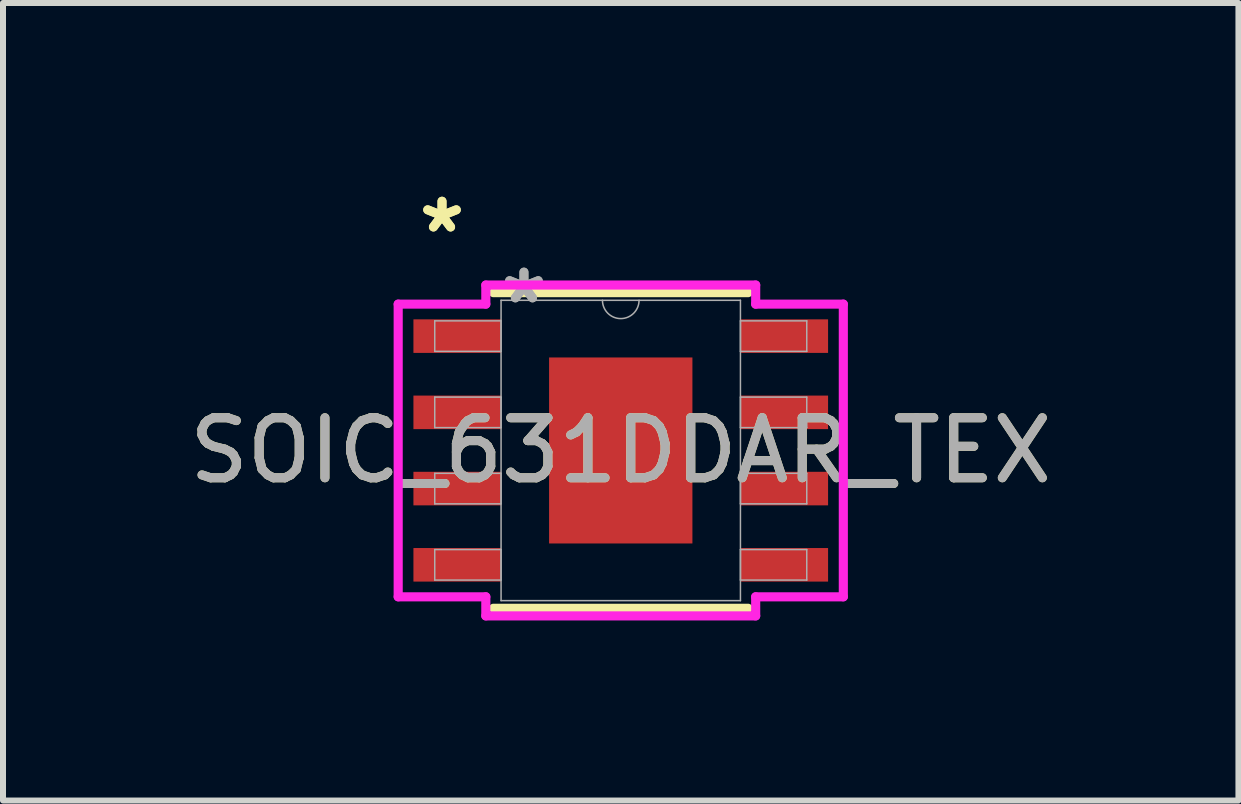
<source format=kicad_pcb>
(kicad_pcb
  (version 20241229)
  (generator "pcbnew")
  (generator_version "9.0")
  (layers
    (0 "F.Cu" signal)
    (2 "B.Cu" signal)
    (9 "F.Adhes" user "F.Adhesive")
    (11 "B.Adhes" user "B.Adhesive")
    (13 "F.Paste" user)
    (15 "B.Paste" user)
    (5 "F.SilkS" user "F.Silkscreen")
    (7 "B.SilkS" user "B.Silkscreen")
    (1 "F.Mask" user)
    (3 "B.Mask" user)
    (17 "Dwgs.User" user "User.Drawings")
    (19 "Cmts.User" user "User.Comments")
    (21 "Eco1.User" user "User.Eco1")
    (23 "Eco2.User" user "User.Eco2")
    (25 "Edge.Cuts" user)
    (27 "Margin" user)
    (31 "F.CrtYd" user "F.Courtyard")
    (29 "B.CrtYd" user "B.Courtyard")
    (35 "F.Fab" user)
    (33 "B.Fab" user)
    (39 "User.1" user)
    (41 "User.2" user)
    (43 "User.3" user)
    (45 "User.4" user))
  (footprint "SOIC_631DDAR_TEX"
    (layer "F.Cu")
    (at 7.292 4.455)
    (property "Reference" "SOIC_631DDAR_TEX" (at 0 0 0) (unlocked yes) (layer "F.SilkS") (effects (font (size 1 1) (thickness 0.15))))
    (attr smd)
    (fp_line (start -2.121 2.629) (end 2.121 2.629) (stroke (width 0.152) (type solid)) (layer "F.SilkS"))
    (fp_line (start 2.121 -2.629) (end -2.121 -2.629) (stroke (width 0.152) (type solid)) (layer "F.SilkS"))
    (fp_poly (pts (xy -1.094 -1.449) (xy -1.094 -0.1) (xy 1.094 -0.1) (xy 1.094 -1.449)) (stroke (width 0) (type solid)) (fill yes) (layer "F.Paste"))
    (fp_poly (pts (xy -1.094 0.1) (xy -1.094 1.449) (xy 1.094 1.449) (xy 1.094 0.1)) (stroke (width 0) (type solid)) (fill yes) (layer "F.Paste"))
    (fp_line (start -3.708 -2.438) (end -2.248 -2.438) (stroke (width 0.152) (type solid)) (layer "F.CrtYd"))
    (fp_line (start -3.708 2.438) (end -3.708 -2.438) (stroke (width 0.152) (type solid)) (layer "F.CrtYd"))
    (fp_line (start -3.708 2.438) (end -2.248 2.438) (stroke (width 0.152) (type solid)) (layer "F.CrtYd"))
    (fp_line (start -2.248 -2.756) (end 2.248 -2.756) (stroke (width 0.152) (type solid)) (layer "F.CrtYd"))
    (fp_line (start -2.248 -2.438) (end -2.248 -2.756) (stroke (width 0.152) (type solid)) (layer "F.CrtYd"))
    (fp_line (start -2.248 2.756) (end -2.248 2.438) (stroke (width 0.152) (type solid)) (layer "F.CrtYd"))
    (fp_line (start 2.248 -2.756) (end 2.248 -2.438) (stroke (width 0.152) (type solid)) (layer "F.CrtYd"))
    (fp_line (start 2.248 2.438) (end 2.248 2.756) (stroke (width 0.152) (type solid)) (layer "F.CrtYd"))
    (fp_line (start 2.248 2.756) (end -2.248 2.756) (stroke (width 0.152) (type solid)) (layer "F.CrtYd"))
    (fp_line (start 3.708 -2.438) (end 2.248 -2.438) (stroke (width 0.152) (type solid)) (layer "F.CrtYd"))
    (fp_line (start 3.708 -2.438) (end 3.708 2.438) (stroke (width 0.152) (type solid)) (layer "F.CrtYd"))
    (fp_line (start 3.708 2.438) (end 2.248 2.438) (stroke (width 0.152) (type solid)) (layer "F.CrtYd"))
    (fp_line (start -3.099 -2.159) (end -3.099 -1.651) (stroke (width 0.025) (type solid)) (layer "F.Fab"))
    (fp_line (start -3.099 -1.651) (end -1.994 -1.651) (stroke (width 0.025) (type solid)) (layer "F.Fab"))
    (fp_line (start -3.099 -0.889) (end -3.099 -0.381) (stroke (width 0.025) (type solid)) (layer "F.Fab"))
    (fp_line (start -3.099 -0.381) (end -1.994 -0.381) (stroke (width 0.025) (type solid)) (layer "F.Fab"))
    (fp_line (start -3.099 0.381) (end -3.099 0.889) (stroke (width 0.025) (type solid)) (layer "F.Fab"))
    (fp_line (start -3.099 0.889) (end -1.994 0.889) (stroke (width 0.025) (type solid)) (layer "F.Fab"))
    (fp_line (start -3.099 1.651) (end -3.099 2.159) (stroke (width 0.025) (type solid)) (layer "F.Fab"))
    (fp_line (start -3.099 2.159) (end -1.994 2.159) (stroke (width 0.025) (type solid)) (layer "F.Fab"))
    (fp_line (start -1.994 -2.502) (end -1.994 2.502) (stroke (width 0.025) (type solid)) (layer "F.Fab"))
    (fp_line (start -1.994 -2.159) (end -3.099 -2.159) (stroke (width 0.025) (type solid)) (layer "F.Fab"))
    (fp_line (start -1.994 -1.651) (end -1.994 -2.159) (stroke (width 0.025) (type solid)) (layer "F.Fab"))
    (fp_line (start -1.994 -0.889) (end -3.099 -0.889) (stroke (width 0.025) (type solid)) (layer "F.Fab"))
    (fp_line (start -1.994 -0.381) (end -1.994 -0.889) (stroke (width 0.025) (type solid)) (layer "F.Fab"))
    (fp_line (start -1.994 0.381) (end -3.099 0.381) (stroke (width 0.025) (type solid)) (layer "F.Fab"))
    (fp_line (start -1.994 0.889) (end -1.994 0.381) (stroke (width 0.025) (type solid)) (layer "F.Fab"))
    (fp_line (start -1.994 1.651) (end -3.099 1.651) (stroke (width 0.025) (type solid)) (layer "F.Fab"))
    (fp_line (start -1.994 2.159) (end -1.994 1.651) (stroke (width 0.025) (type solid)) (layer "F.Fab"))
    (fp_line (start -1.994 2.502) (end 1.994 2.502) (stroke (width 0.025) (type solid)) (layer "F.Fab"))
    (fp_line (start 1.994 -2.502) (end -1.994 -2.502) (stroke (width 0.025) (type solid)) (layer "F.Fab"))
    (fp_line (start 1.994 -2.159) (end 1.994 -1.651) (stroke (width 0.025) (type solid)) (layer "F.Fab"))
    (fp_line (start 1.994 -1.651) (end 3.099 -1.651) (stroke (width 0.025) (type solid)) (layer "F.Fab"))
    (fp_line (start 1.994 -0.889) (end 1.994 -0.381) (stroke (width 0.025) (type solid)) (layer "F.Fab"))
    (fp_line (start 1.994 -0.381) (end 3.099 -0.381) (stroke (width 0.025) (type solid)) (layer "F.Fab"))
    (fp_line (start 1.994 0.381) (end 1.994 0.889) (stroke (width 0.025) (type solid)) (layer "F.Fab"))
    (fp_line (start 1.994 0.889) (end 3.099 0.889) (stroke (width 0.025) (type solid)) (layer "F.Fab"))
    (fp_line (start 1.994 1.651) (end 1.994 2.159) (stroke (width 0.025) (type solid)) (layer "F.Fab"))
    (fp_line (start 1.994 2.159) (end 3.099 2.159) (stroke (width 0.025) (type solid)) (layer "F.Fab"))
    (fp_line (start 1.994 2.502) (end 1.994 -2.502) (stroke (width 0.025) (type solid)) (layer "F.Fab"))
    (fp_line (start 3.099 -2.159) (end 1.994 -2.159) (stroke (width 0.025) (type solid)) (layer "F.Fab"))
    (fp_line (start 3.099 -1.651) (end 3.099 -2.159) (stroke (width 0.025) (type solid)) (layer "F.Fab"))
    (fp_line (start 3.099 -0.889) (end 1.994 -0.889) (stroke (width 0.025) (type solid)) (layer "F.Fab"))
    (fp_line (start 3.099 -0.381) (end 3.099 -0.889) (stroke (width 0.025) (type solid)) (layer "F.Fab"))
    (fp_line (start 3.099 0.381) (end 1.994 0.381) (stroke (width 0.025) (type solid)) (layer "F.Fab"))
    (fp_line (start 3.099 0.889) (end 3.099 0.381) (stroke (width 0.025) (type solid)) (layer "F.Fab"))
    (fp_line (start 3.099 1.651) (end 1.994 1.651) (stroke (width 0.025) (type solid)) (layer "F.Fab"))
    (fp_line (start 3.099 2.159) (end 3.099 1.651) (stroke (width 0.025) (type solid)) (layer "F.Fab"))
    (fp_arc (start 0.3048 -2.5019) (mid 0 -2.1971) (end -0.3048 -2.5019) (stroke (width 0.0254) (type solid)) (layer "F.Fab"))
    (fp_text user "*" (at -2.978 -3.607 0) (unlocked yes) (layer "F.SilkS") (effects (font (size 1 1) (thickness 0.15))))
    (fp_text user "*" (at -2.978 -3.607 0) (layer "F.SilkS") (effects (font (size 1 1) (thickness 0.15))))
    (fp_text user "*" (at -1.613 -2.426 0) (layer "F.Fab") (effects (font (size 1 1) (thickness 0.15))))
    (fp_text user "${REFERENCE}" (at 0 0 0) (unlocked yes) (layer "F.Fab") (effects (font (size 1 1) (thickness 0.15))))
    (fp_text user "*" (at -1.613 -2.426 0) (unlocked yes) (layer "F.Fab") (effects (font (size 1 1) (thickness 0.15))))
    (pad "1" smd rect (at -2.724 -1.905) (size 1.46 0.559) (layers "F.Cu" "F.Mask" "F.Paste"))
    (pad "2" smd rect (at -2.724 -0.635) (size 1.46 0.559) (layers "F.Cu" "F.Mask" "F.Paste"))
    (pad "3" smd rect (at -2.724 0.635) (size 1.46 0.559) (layers "F.Cu" "F.Mask" "F.Paste"))
    (pad "4" smd rect (at -2.724 1.905) (size 1.46 0.559) (layers "F.Cu" "F.Mask" "F.Paste"))
    (pad "5" smd rect (at 2.724 1.905) (size 1.46 0.559) (layers "F.Cu" "F.Mask" "F.Paste"))
    (pad "6" smd rect (at 2.724 0.635) (size 1.46 0.559) (layers "F.Cu" "F.Mask" "F.Paste"))
    (pad "7" smd rect (at 2.724 -0.635) (size 1.46 0.559) (layers "F.Cu" "F.Mask" "F.Paste"))
    (pad "8" smd rect (at 2.724 -1.905) (size 1.46 0.559) (layers "F.Cu" "F.Mask" "F.Paste"))
    (pad "EPAD" smd rect (at 0 0) (size 2.388 3.099) (layers "F.Cu" "F.Mask")))
  (gr_rect
    (start -3 -3)
    (end 17.583 10.287)
    (stroke (width 0.1) (type default))
    (fill no)
    (layer "Edge.Cuts")))
</source>
